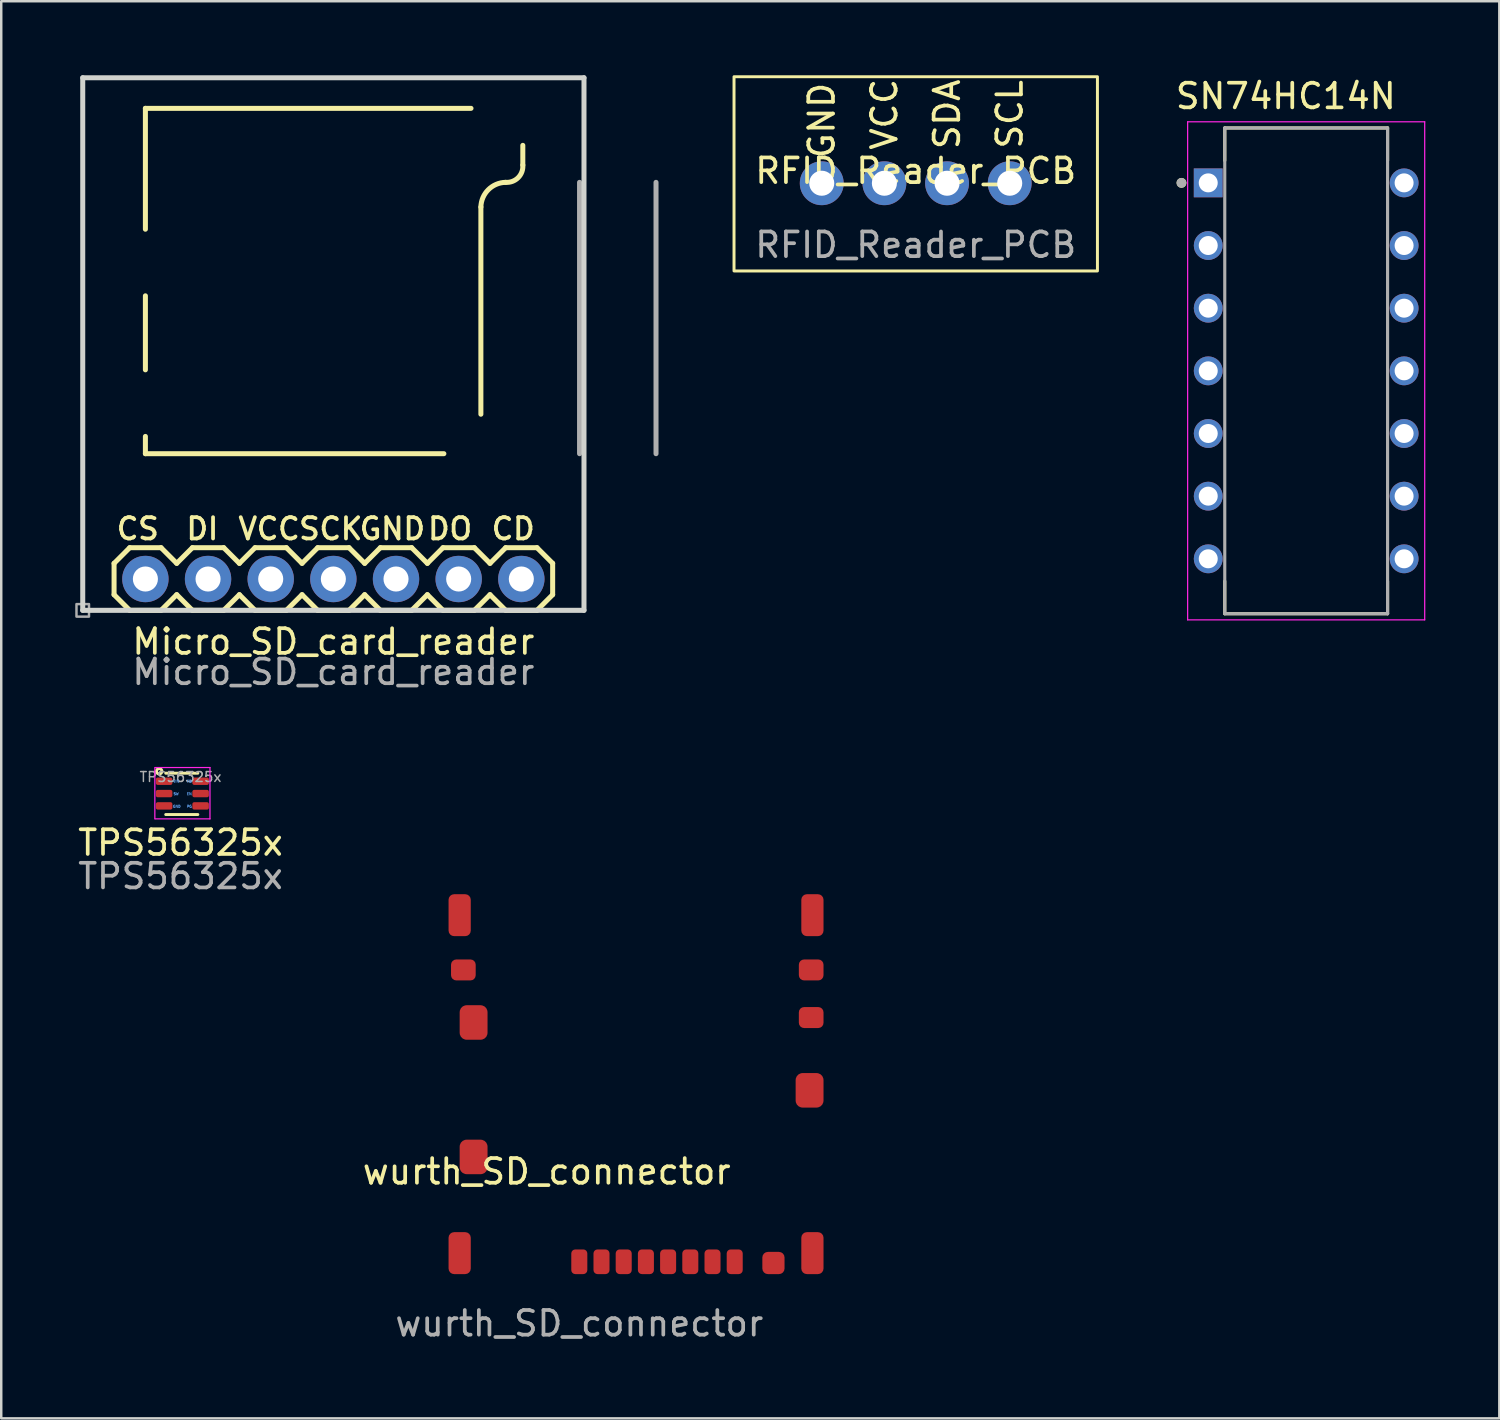
<source format=kicad_pcb>
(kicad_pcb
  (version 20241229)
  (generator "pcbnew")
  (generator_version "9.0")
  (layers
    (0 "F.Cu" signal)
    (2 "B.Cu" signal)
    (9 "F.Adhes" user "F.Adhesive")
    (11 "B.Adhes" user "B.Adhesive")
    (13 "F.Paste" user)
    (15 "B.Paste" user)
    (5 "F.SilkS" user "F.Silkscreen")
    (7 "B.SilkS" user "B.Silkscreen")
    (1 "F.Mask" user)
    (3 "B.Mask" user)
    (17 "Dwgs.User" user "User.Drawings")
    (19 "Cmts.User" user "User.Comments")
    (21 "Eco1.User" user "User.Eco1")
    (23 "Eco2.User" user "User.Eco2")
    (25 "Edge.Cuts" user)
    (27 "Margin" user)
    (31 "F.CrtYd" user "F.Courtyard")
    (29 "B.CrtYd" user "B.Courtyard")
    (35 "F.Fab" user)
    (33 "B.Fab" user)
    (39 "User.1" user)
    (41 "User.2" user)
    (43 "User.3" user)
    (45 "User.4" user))
  (footprint "TPS56325x"
    (layer "F.Cu")
    (at 4.268 29.97)
    (property "Reference" "TPS56325x" (at 0 1.143 0) (unlocked yes) (layer "F.SilkS") (effects (font (size 1 1) (thickness 0.15))))
    (attr smd)
    (fp_line (start 0.701 -1.676) (end -0.599 -1.676) (stroke (width 0.12) (type solid)) (layer "F.SilkS"))
    (fp_line (start 0.701 0) (end -0.599 0) (stroke (width 0.12) (type solid)) (layer "F.SilkS"))
    (fp_circle (center -0.864 -1.753) (end -0.914 -1.753) (stroke (width 0.12) (type solid)) (fill no) (layer "F.SilkS"))
    (fp_line (start -1.041 -1.905) (end -1.041 0.176) (stroke (width 0.05) (type solid)) (layer "F.CrtYd"))
    (fp_line (start -1.023 -1.905) (end 1.194 -1.905) (stroke (width 0.05) (type solid)) (layer "F.CrtYd"))
    (fp_line (start -1.023 0.176) (end 1.194 0.176) (stroke (width 0.05) (type solid)) (layer "F.CrtYd"))
    (fp_line (start 1.194 0.176) (end 1.194 -1.905) (stroke (width 0.05) (type solid)) (layer "F.CrtYd"))
    (fp_text user "FB" (at 0.356 -1.346 0) (unlocked yes) (layer "Cmts.User") (effects (font (size 0.1 0.1) (thickness 0.025))))
    (fp_text user "GND" (at -0.152 -0.33 0) (unlocked yes) (layer "Cmts.User") (effects (font (size 0.1 0.1) (thickness 0.025))))
    (fp_text user "VIN" (at -0.178 -1.346 0) (unlocked yes) (layer "Cmts.User") (effects (font (size 0.1 0.1) (thickness 0.025))))
    (fp_text user "EN" (at 0.356 -0.838 0) (unlocked yes) (layer "Cmts.User") (effects (font (size 0.1 0.1) (thickness 0.025))))
    (fp_text user "PG" (at 0.356 -0.33 0) (unlocked yes) (layer "Cmts.User") (effects (font (size 0.1 0.1) (thickness 0.025))))
    (fp_text user "SW" (at -0.178 -0.838 0) (unlocked yes) (layer "Cmts.User") (effects (font (size 0.1 0.1) (thickness 0.025))))
    (fp_text user "${REFERENCE}" (at 0 2.5 0) (unlocked yes) (layer "F.Fab") (effects (font (size 1 1) (thickness 0.15))))
    (fp_text user "${REFERENCE}" (at 0 -1.524 0) (layer "F.Fab") (effects (font (size 0.4 0.4) (thickness 0.06))))
    (pad "1" smd roundrect (at -0.665 -1.35) (size 0.67 0.3) (layers "F.Cu" "F.Mask" "F.Paste") (roundrect_rratio 0.25))
    (pad "2" smd roundrect (at -0.665 -0.85) (size 0.67 0.3) (layers "F.Cu" "F.Mask" "F.Paste") (roundrect_rratio 0.25))
    (pad "3" smd roundrect (at -0.665 -0.35) (size 0.67 0.3) (layers "F.Cu" "F.Mask" "F.Paste") (roundrect_rratio 0.25))
    (pad "4" smd roundrect (at 0.815 -0.35) (size 0.67 0.3) (layers "F.Cu" "F.Mask" "F.Paste") (roundrect_rratio 0.25))
    (pad "5" smd roundrect (at 0.815 -0.85) (size 0.67 0.3) (layers "F.Cu" "F.Mask" "F.Paste") (roundrect_rratio 0.25))
    (pad "6" smd roundrect (at 0.815 -1.35) (size 0.67 0.3) (layers "F.Cu" "F.Mask" "F.Paste") (roundrect_rratio 0.25)))
  (footprint "SN74HC14N"
    (layer "F.Cu")
    (at 49.9 11.983)
    (property "Reference" "SN74HC14N" (at -0.825 -11.135 0) (layer "F.SilkS") (effects (font (size 1 1) (thickness 0.15))))
    (attr through_hole)
    (fp_line (start -3.3 -9.845) (end 3.3 -9.845) (stroke (width 0.127) (type solid)) (layer "F.SilkS"))
    (fp_line (start -3.3 -8.525) (end -3.3 -9.845) (stroke (width 0.127) (type solid)) (layer "F.SilkS"))
    (fp_line (start -3.3 9.845) (end -3.3 8.525) (stroke (width 0.127) (type solid)) (layer "F.SilkS"))
    (fp_line (start 3.3 -9.845) (end 3.3 -8.525) (stroke (width 0.127) (type solid)) (layer "F.SilkS"))
    (fp_line (start 3.3 8.525) (end 3.3 9.845) (stroke (width 0.127) (type solid)) (layer "F.SilkS"))
    (fp_line (start 3.3 9.845) (end -3.3 9.845) (stroke (width 0.127) (type solid)) (layer "F.SilkS"))
    (fp_circle (center -5.055 -7.62) (end -4.955 -7.62) (stroke (width 0.2) (type solid)) (fill no) (layer "F.SilkS"))
    (fp_line (start -4.805 -10.095) (end -4.805 10.095) (stroke (width 0.05) (type solid)) (layer "F.CrtYd"))
    (fp_line (start 4.805 -10.095) (end -4.805 -10.095) (stroke (width 0.05) (type solid)) (layer "F.CrtYd"))
    (fp_line (start 4.805 -10.095) (end 4.805 10.095) (stroke (width 0.05) (type solid)) (layer "F.CrtYd"))
    (fp_line (start 4.805 10.095) (end -4.805 10.095) (stroke (width 0.05) (type solid)) (layer "F.CrtYd"))
    (fp_line (start -3.3 -9.845) (end -3.3 9.845) (stroke (width 0.127) (type solid)) (layer "F.Fab"))
    (fp_line (start -3.3 -9.845) (end 3.3 -9.845) (stroke (width 0.127) (type solid)) (layer "F.Fab"))
    (fp_line (start -3.3 9.845) (end 3.3 9.845) (stroke (width 0.127) (type solid)) (layer "F.Fab"))
    (fp_line (start 3.3 -9.845) (end 3.3 9.845) (stroke (width 0.127) (type solid)) (layer "F.Fab"))
    (fp_circle (center -5.055 -7.62) (end -4.955 -7.62) (stroke (width 0.2) (type solid)) (fill no) (layer "F.Fab"))
    (pad "1" thru_hole rect (at -3.97 -7.62) (size 1.17 1.17) (drill 0.77) (layers "*.Cu" "*.Mask"))
    (pad "2" thru_hole circle (at -3.97 -5.08) (size 1.17 1.17) (drill 0.77) (layers "*.Cu" "*.Mask"))
    (pad "3" thru_hole circle (at -3.97 -2.54) (size 1.17 1.17) (drill 0.77) (layers "*.Cu" "*.Mask"))
    (pad "4" thru_hole circle (at -3.97 0) (size 1.17 1.17) (drill 0.77) (layers "*.Cu" "*.Mask"))
    (pad "5" thru_hole circle (at -3.97 2.54) (size 1.17 1.17) (drill 0.77) (layers "*.Cu" "*.Mask"))
    (pad "6" thru_hole circle (at -3.97 5.08) (size 1.17 1.17) (drill 0.77) (layers "*.Cu" "*.Mask"))
    (pad "7" thru_hole circle (at -3.97 7.62) (size 1.17 1.17) (drill 0.77) (layers "*.Cu" "*.Mask"))
    (pad "8" thru_hole circle (at 3.97 7.62) (size 1.17 1.17) (drill 0.77) (layers "*.Cu" "*.Mask"))
    (pad "9" thru_hole circle (at 3.97 5.08) (size 1.17 1.17) (drill 0.77) (layers "*.Cu" "*.Mask"))
    (pad "10" thru_hole circle (at 3.97 2.54) (size 1.17 1.17) (drill 0.77) (layers "*.Cu" "*.Mask"))
    (pad "11" thru_hole circle (at 3.97 0) (size 1.17 1.17) (drill 0.77) (layers "*.Cu" "*.Mask"))
    (pad "12" thru_hole circle (at 3.97 -2.54) (size 1.17 1.17) (drill 0.77) (layers "*.Cu" "*.Mask"))
    (pad "13" thru_hole circle (at 3.97 -5.08) (size 1.17 1.17) (drill 0.77) (layers "*.Cu" "*.Mask"))
    (pad "14" thru_hole circle (at 3.97 -7.62) (size 1.17 1.17) (drill 0.77) (layers "*.Cu" "*.Mask")))
  (footprint "wurth_SD_connector"
    (layer "F.Cu")
    (at 20.434 48.1)
    (property "Reference" "wurth_SD_connector" (at -1.321 -3.658 0) (unlocked yes) (layer "F.SilkS") (effects (font (size 1 1) (thickness 0.15))))
    (attr smd)
    (fp_line (start 2.3 -20) (end 2.3 3) (stroke (width 0.12) (type solid)) (layer "User.7"))
    (fp_line (start 9.9 0) (end 2.3 0) (stroke (width 0.12) (type solid)) (layer "User.7"))
    (fp_line (start 9.9 0) (end 7.87 0) (stroke (width 0.12) (type solid)) (layer "User.8"))
    (fp_line (start 6.3 0) (end 9.9 0) (stroke (width 0.12) (type solid)) (layer "User.9"))
    (fp_text user "${REFERENCE}" (at 0 2.5 0) (unlocked yes) (layer "F.Fab") (effects (font (size 1 1) (thickness 0.15))))
    (pad "1" smd roundrect (at 0 0 180) (size 0.65 1) (layers "F.Cu" "F.Mask" "F.Paste") (roundrect_rratio 0.25))
    (pad "2" smd roundrect (at 0.9 0 180) (size 0.65 1) (layers "F.Cu" "F.Mask" "F.Paste") (roundrect_rratio 0.25))
    (pad "3" smd roundrect (at 1.8 0 180) (size 0.65 1) (layers "F.Cu" "F.Mask" "F.Paste") (roundrect_rratio 0.25))
    (pad "4" smd roundrect (at 2.7 0 180) (size 0.65 1) (layers "F.Cu" "F.Mask" "F.Paste") (roundrect_rratio 0.25))
    (pad "5" smd roundrect (at 3.6 0 180) (size 0.65 1) (layers "F.Cu" "F.Mask" "F.Paste") (roundrect_rratio 0.25))
    (pad "6" smd roundrect (at 4.5 0 180) (size 0.65 1) (layers "F.Cu" "F.Mask" "F.Paste") (roundrect_rratio 0.25))
    (pad "7" smd roundrect (at 5.4 0 180) (size 0.65 1) (layers "F.Cu" "F.Mask" "F.Paste") (roundrect_rratio 0.25))
    (pad "8" smd roundrect (at 6.3 0 180) (size 0.65 1) (layers "F.Cu" "F.Mask" "F.Paste") (roundrect_rratio 0.25))
    (pad "9" smd roundrect (at 7.87 0.05 180) (size 0.9 0.9) (layers "F.Cu" "F.Mask" "F.Paste") (roundrect_rratio 0.25))
    (pad "10" smd roundrect (at 9.335 -6.95 180) (size 1.13 1.4) (layers "F.Cu" "F.Mask" "F.Paste") (roundrect_rratio 0.25))
    (pad "11" smd roundrect (at -4.85 -14.05 180) (size 0.9 1.7) (layers "F.Cu" "F.Mask" "F.Paste") (roundrect_rratio 0.25))
    (pad "11" smd roundrect (at -4.85 -0.35 180) (size 0.9 1.7) (layers "F.Cu" "F.Mask" "F.Paste") (roundrect_rratio 0.25))
    (pad "11" smd roundrect (at -4.7 -11.83 180) (size 1 0.85) (layers "F.Cu" "F.Mask" "F.Paste") (roundrect_rratio 0.25))
    (pad "11" smd roundrect (at -4.285 -9.7 180) (size 1.13 1.4) (layers "F.Cu" "F.Mask" "F.Paste") (roundrect_rratio 0.25))
    (pad "11" smd roundrect (at -4.285 -4.25 180) (size 1.13 1.4) (layers "F.Cu" "F.Mask" "F.Paste") (roundrect_rratio 0.25))
    (pad "11" smd roundrect (at 9.4 -11.83 180) (size 1 0.85) (layers "F.Cu" "F.Mask" "F.Paste") (roundrect_rratio 0.25))
    (pad "11" smd roundrect (at 9.4 -9.9 180) (size 1 0.85) (layers "F.Cu" "F.Mask" "F.Paste") (roundrect_rratio 0.25))
    (pad "11" smd roundrect (at 9.45 -14.05 180) (size 0.9 1.7) (layers "F.Cu" "F.Mask" "F.Paste") (roundrect_rratio 0.25))
    (pad "11" smd roundrect (at 9.45 -0.35 180) (size 0.9 1.7) (layers "F.Cu" "F.Mask" "F.Paste") (roundrect_rratio 0.25)))
  (footprint "Micro_SD_card_reader"
    (layer "F.Cu")
    (at 10.464 21.692)
    (property "Reference" "Micro_SD_card_reader" (at 0 1.27 0) (unlocked yes) (layer "F.SilkS") (effects (font (size 1 1) (thickness 0.15))))
    (attr through_hole)
    (fp_line (start -8.89 -1.905) (end -8.89 -0.635) (stroke (width 0.203) (type solid)) (layer "F.SilkS"))
    (fp_line (start -8.89 -0.635) (end -8.255 0) (stroke (width 0.203) (type solid)) (layer "F.SilkS"))
    (fp_line (start -8.255 -2.54) (end -8.89 -1.905) (stroke (width 0.203) (type solid)) (layer "F.SilkS"))
    (fp_line (start -8.255 -2.54) (end -6.985 -2.54) (stroke (width 0.203) (type solid)) (layer "F.SilkS"))
    (fp_line (start -7.62 -20.35) (end -7.62 -15.45) (stroke (width 0.203) (type solid)) (layer "F.SilkS"))
    (fp_line (start -7.62 -20.35) (end 5.58 -20.35) (stroke (width 0.203) (type solid)) (layer "F.SilkS"))
    (fp_line (start -7.62 -9.75) (end -7.62 -12.75) (stroke (width 0.203) (type solid)) (layer "F.SilkS"))
    (fp_line (start -7.62 -6.35) (end -7.62 -7.05) (stroke (width 0.203) (type solid)) (layer "F.SilkS"))
    (fp_line (start -6.985 -2.54) (end -6.35 -1.905) (stroke (width 0.203) (type solid)) (layer "F.SilkS"))
    (fp_line (start -6.985 0) (end -8.255 0) (stroke (width 0.203) (type solid)) (layer "F.SilkS"))
    (fp_line (start -6.35 -1.905) (end -5.715 -2.54) (stroke (width 0.203) (type solid)) (layer "F.SilkS"))
    (fp_line (start -6.35 -0.635) (end -6.985 0) (stroke (width 0.203) (type solid)) (layer "F.SilkS"))
    (fp_line (start -5.715 -2.54) (end -4.445 -2.54) (stroke (width 0.203) (type solid)) (layer "F.SilkS"))
    (fp_line (start -5.715 0) (end -6.35 -0.635) (stroke (width 0.203) (type solid)) (layer "F.SilkS"))
    (fp_line (start -4.445 -2.54) (end -3.81 -1.905) (stroke (width 0.203) (type solid)) (layer "F.SilkS"))
    (fp_line (start -4.445 0) (end -5.715 0) (stroke (width 0.203) (type solid)) (layer "F.SilkS"))
    (fp_line (start -3.81 -1.905) (end -3.175 -2.54) (stroke (width 0.203) (type solid)) (layer "F.SilkS"))
    (fp_line (start -3.81 -0.635) (end -4.445 0) (stroke (width 0.203) (type solid)) (layer "F.SilkS"))
    (fp_line (start -3.175 -2.54) (end -1.905 -2.54) (stroke (width 0.203) (type solid)) (layer "F.SilkS"))
    (fp_line (start -3.175 0) (end -3.81 -0.635) (stroke (width 0.203) (type solid)) (layer "F.SilkS"))
    (fp_line (start -1.905 -2.54) (end -1.27 -1.905) (stroke (width 0.203) (type solid)) (layer "F.SilkS"))
    (fp_line (start -1.905 0) (end -3.175 0) (stroke (width 0.203) (type solid)) (layer "F.SilkS"))
    (fp_line (start -1.27 -0.635) (end -1.905 0) (stroke (width 0.203) (type solid)) (layer "F.SilkS"))
    (fp_line (start -1.27 -0.635) (end -0.635 0) (stroke (width 0.203) (type solid)) (layer "F.SilkS"))
    (fp_line (start -0.635 -2.54) (end -1.27 -1.905) (stroke (width 0.203) (type solid)) (layer "F.SilkS"))
    (fp_line (start -0.635 -2.54) (end 0.635 -2.54) (stroke (width 0.203) (type solid)) (layer "F.SilkS"))
    (fp_line (start 0.635 -2.54) (end 1.27 -1.905) (stroke (width 0.203) (type solid)) (layer "F.SilkS"))
    (fp_line (start 0.635 0) (end -0.635 0) (stroke (width 0.203) (type solid)) (layer "F.SilkS"))
    (fp_line (start 1.27 -1.905) (end 1.905 -2.54) (stroke (width 0.203) (type solid)) (layer "F.SilkS"))
    (fp_line (start 1.27 -0.635) (end 0.635 0) (stroke (width 0.203) (type solid)) (layer "F.SilkS"))
    (fp_line (start 1.905 -2.54) (end 3.175 -2.54) (stroke (width 0.203) (type solid)) (layer "F.SilkS"))
    (fp_line (start 1.905 0) (end 1.27 -0.635) (stroke (width 0.203) (type solid)) (layer "F.SilkS"))
    (fp_line (start 3.175 -2.54) (end 3.81 -1.905) (stroke (width 0.203) (type solid)) (layer "F.SilkS"))
    (fp_line (start 3.175 0) (end 1.905 0) (stroke (width 0.203) (type solid)) (layer "F.SilkS"))
    (fp_line (start 3.81 -1.905) (end 4.445 -2.54) (stroke (width 0.203) (type solid)) (layer "F.SilkS"))
    (fp_line (start 3.81 -0.635) (end 3.175 0) (stroke (width 0.203) (type solid)) (layer "F.SilkS"))
    (fp_line (start 4.445 -2.54) (end 5.715 -2.54) (stroke (width 0.203) (type solid)) (layer "F.SilkS"))
    (fp_line (start 4.445 0) (end 3.81 -0.635) (stroke (width 0.203) (type solid)) (layer "F.SilkS"))
    (fp_line (start 4.48 -6.35) (end -7.62 -6.35) (stroke (width 0.203) (type solid)) (layer "F.SilkS"))
    (fp_line (start 5.715 -2.54) (end 6.35 -1.905) (stroke (width 0.203) (type solid)) (layer "F.SilkS"))
    (fp_line (start 5.715 0) (end 4.445 0) (stroke (width 0.203) (type solid)) (layer "F.SilkS"))
    (fp_line (start 5.98 -16.35) (end 5.98 -7.95) (stroke (width 0.203) (type solid)) (layer "F.SilkS"))
    (fp_line (start 6.35 -0.635) (end 5.715 0) (stroke (width 0.203) (type solid)) (layer "F.SilkS"))
    (fp_line (start 6.35 -0.635) (end 6.985 0) (stroke (width 0.203) (type solid)) (layer "F.SilkS"))
    (fp_line (start 6.985 -2.54) (end 6.35 -1.905) (stroke (width 0.203) (type solid)) (layer "F.SilkS"))
    (fp_line (start 6.985 -2.54) (end 8.255 -2.54) (stroke (width 0.203) (type solid)) (layer "F.SilkS"))
    (fp_line (start 7.68 -18.05) (end 7.68 -18.85) (stroke (width 0.203) (type solid)) (layer "F.SilkS"))
    (fp_line (start 8.255 -2.54) (end 8.89 -1.905) (stroke (width 0.203) (type solid)) (layer "F.SilkS"))
    (fp_line (start 8.255 0) (end 6.985 0) (stroke (width 0.203) (type solid)) (layer "F.SilkS"))
    (fp_line (start 8.89 -1.905) (end 8.89 -0.635) (stroke (width 0.203) (type solid)) (layer "F.SilkS"))
    (fp_line (start 8.89 -0.635) (end 8.255 0) (stroke (width 0.203) (type solid)) (layer "F.SilkS"))
    (fp_arc (start 5.979999 -16.350001) (mid 6.28 -17.050001) (end 6.98 -17.35) (stroke (width 0.2032) (type solid)) (layer "F.SilkS"))
    (fp_arc (start 7.679999 -18.049999) (mid 7.490977 -17.539022) (end 6.98 -17.35) (stroke (width 0.2032) (type solid)) (layer "F.SilkS"))
    (fp_line (start -10.16 -21.59) (end -10.16 0) (stroke (width 0.203) (type solid)) (layer "Edge.Cuts"))
    (fp_line (start -10.16 0) (end 10.16 0) (stroke (width 0.203) (type solid)) (layer "Edge.Cuts"))
    (fp_line (start 10.16 -21.59) (end -10.16 -21.59) (stroke (width 0.203) (type solid)) (layer "Edge.Cuts"))
    (fp_line (start 10.16 0) (end 10.16 -21.59) (stroke (width 0.203) (type solid)) (layer "Edge.Cuts"))
    (fp_line (start 9.98 -6.35) (end 9.98 -17.35) (stroke (width 0.203) (type solid)) (layer "F.Fab"))
    (fp_line (start 13.08 -6.35) (end 13.08 -17.35) (stroke (width 0.203) (type solid)) (layer "F.Fab"))
    (fp_poly (pts (xy -10.414 -0.254) (xy -10.414 0.254) (xy -9.906 0.254) (xy -9.906 -0.254)) (stroke (width 0.1) (type solid)) (fill no) (layer "F.Fab"))
    (fp_text user "DO" (at 5.715 -3.81 0) (layer "F.SilkS") (effects (font (size 0.864 0.864) (thickness 0.152)) (justify right top)))
    (fp_text user "CS" (at -6.985 -3.81 0) (layer "F.SilkS") (effects (font (size 0.864 0.864) (thickness 0.152)) (justify right top)))
    (fp_text user "SCK" (at 1.27 -3.81 0) (layer "F.SilkS") (effects (font (size 0.864 0.864) (thickness 0.152)) (justify right top)))
    (fp_text user "GND" (at 3.81 -3.81 0) (layer "F.SilkS") (effects (font (size 0.864 0.864) (thickness 0.152)) (justify right top)))
    (fp_text user "DI" (at -4.572 -3.81 0) (layer "F.SilkS") (effects (font (size 0.864 0.864) (thickness 0.152)) (justify right top)))
    (fp_text user "VCC" (at -1.27 -3.81 0) (layer "F.SilkS") (effects (font (size 0.864 0.864) (thickness 0.152)) (justify right top)))
    (fp_text user "CD" (at 8.255 -3.81 0) (layer "F.SilkS") (effects (font (size 0.864 0.864) (thickness 0.152)) (justify right top)))
    (fp_text user "${REFERENCE}" (at 0 2.5 0) (unlocked yes) (layer "F.Fab") (effects (font (size 1 1) (thickness 0.15))))
    (pad "1" thru_hole circle (at -7.62 -1.27 90) (size 1.88 1.88) (drill 1.016) (layers "*.Cu" "*.Mask"))
    (pad "2" thru_hole circle (at -5.08 -1.27 90) (size 1.88 1.88) (drill 1.016) (layers "*.Cu" "*.Mask"))
    (pad "3" thru_hole circle (at -2.54 -1.27 90) (size 1.88 1.88) (drill 1.016) (layers "*.Cu" "*.Mask"))
    (pad "4" thru_hole circle (at 0 -1.27 90) (size 1.88 1.88) (drill 1.016) (layers "*.Cu" "*.Mask"))
    (pad "5" thru_hole circle (at 2.54 -1.27 90) (size 1.88 1.88) (drill 1.016) (layers "*.Cu" "*.Mask"))
    (pad "6" thru_hole circle (at 5.08 -1.27 90) (size 1.88 1.88) (drill 1.016) (layers "*.Cu" "*.Mask"))
    (pad "7" thru_hole circle (at 7.62 -1.27 90) (size 1.88 1.88) (drill 1.016) (layers "*.Cu" "*.Mask")))
  (footprint "RFID_Reader_PCB"
    (layer "F.Cu")
    (at 34.072 4.378)
    (property "Reference" "RFID_Reader_PCB" (at 0 -0.5 0) (unlocked yes) (layer "F.SilkS") (effects (font (size 1 1) (thickness 0.15))))
    (attr through_hole)
    (fp_rect (start -7.366 3.556) (end 7.366 -4.318) (stroke (width 0.12) (type solid)) (fill no) (layer "F.SilkS"))
    (fp_text user "SCL" (at 3.81 -2.794 90) (unlocked yes) (layer "F.SilkS") (effects (font (size 1 1) (thickness 0.15))))
    (fp_text user "GND" (at -3.81 -2.54 90) (unlocked yes) (layer "F.SilkS") (effects (font (size 1 1) (thickness 0.15))))
    (fp_text user "VCC" (at -1.27 -2.794 90) (unlocked yes) (layer "F.SilkS") (effects (font (size 1 1) (thickness 0.15))))
    (fp_text user "SDA" (at 1.27 -2.794 90) (unlocked yes) (layer "F.SilkS") (effects (font (size 1 1) (thickness 0.15))))
    (fp_text user "${REFERENCE}" (at 0 2.5 0) (unlocked yes) (layer "F.Fab") (effects (font (size 1 1) (thickness 0.15))))
    (pad "1" thru_hole circle (at -3.81 0 90) (size 1.778 1.778) (drill 1.016) (layers "*.Cu" "*.Mask"))
    (pad "2" thru_hole circle (at -1.27 0 90) (size 1.778 1.778) (drill 1.016) (layers "*.Cu" "*.Mask"))
    (pad "3" thru_hole circle (at 1.27 0 90) (size 1.778 1.778) (drill 1.016) (layers "*.Cu" "*.Mask"))
    (pad "4" thru_hole circle (at 3.81 0 90) (size 1.778 1.778) (drill 1.016) (layers "*.Cu" "*.Mask")))
  (gr_rect
    (start -3 -3)
    (end 57.73 54.448)
    (stroke (width 0.1) (type default))
    (fill no)
    (layer "Edge.Cuts")))
</source>
